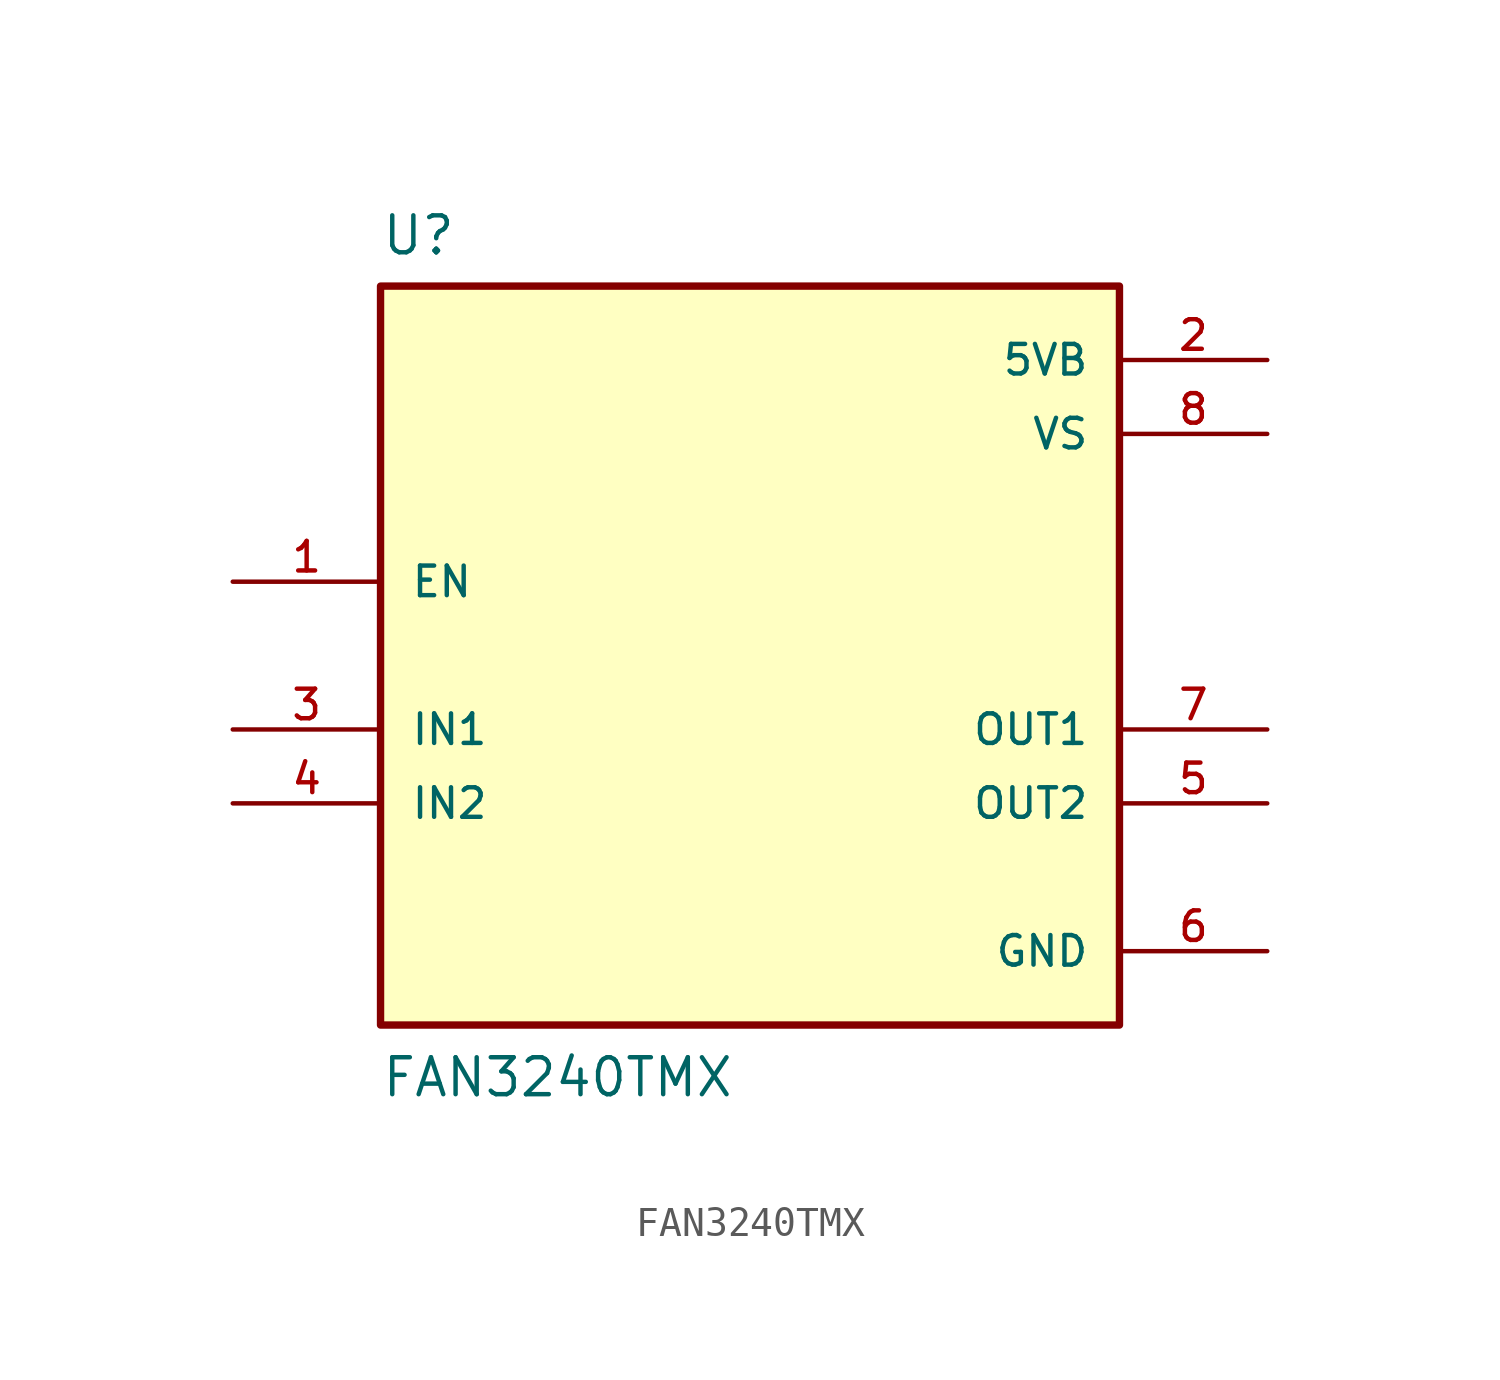
<source format=kicad_sym>
(kicad_symbol_lib
  (version 20211014)
  (generator kicad_symbol_editor)
  (symbol "FAN3240TMX"
    (pin_names
      (offset 1.016))
    (property "Reference" "U"
      (at -12.7 13.7 0)
      (effects (font (size 1.27 1.27)) (justify left bottom)))
    (property "Value" "FAN3240TMX"
      (at -12.7 -15.24 0)
      (effects (font (size 1.27 1.27)) (justify left bottom)))
    (symbol "FAN3240TMX_0_0"
      (rectangle (start -12.7 -12.7) (end 12.7 12.7) (stroke (width 0.254) (type default) (color 0 0 0 0)) (fill (type background)))
      (pin input line (at -17.78 2.54 0) (length 5.08) (name "EN" (effects (font (size 1.016 1.016)))) (number "1" (effects (font (size 1.016 1.016)))))
      (pin power_in line (at 17.78 10.16 180) (length 5.08) (name "5VB" (effects (font (size 1.016 1.016)))) (number "2" (effects (font (size 1.016 1.016)))))
      (pin input line (at -17.78 -2.54 0) (length 5.08) (name "IN1" (effects (font (size 1.016 1.016)))) (number "3" (effects (font (size 1.016 1.016)))))
      (pin input line (at -17.78 -5.08 0) (length 5.08) (name "IN2" (effects (font (size 1.016 1.016)))) (number "4" (effects (font (size 1.016 1.016)))))
      (pin output line (at 17.78 -5.08 180) (length 5.08) (name "OUT2" (effects (font (size 1.016 1.016)))) (number "5" (effects (font (size 1.016 1.016)))))
      (pin power_in line (at 17.78 -10.16 180) (length 5.08) (name "GND" (effects (font (size 1.016 1.016)))) (number "6" (effects (font (size 1.016 1.016)))))
      (pin output line (at 17.78 -2.54 180) (length 5.08) (name "OUT1" (effects (font (size 1.016 1.016)))) (number "7" (effects (font (size 1.016 1.016)))))
      (pin power_in line (at 17.78 7.62 180) (length 5.08) (name "VS" (effects (font (size 1.016 1.016)))) (number "8" (effects (font (size 1.016 1.016))))))))
</source>
